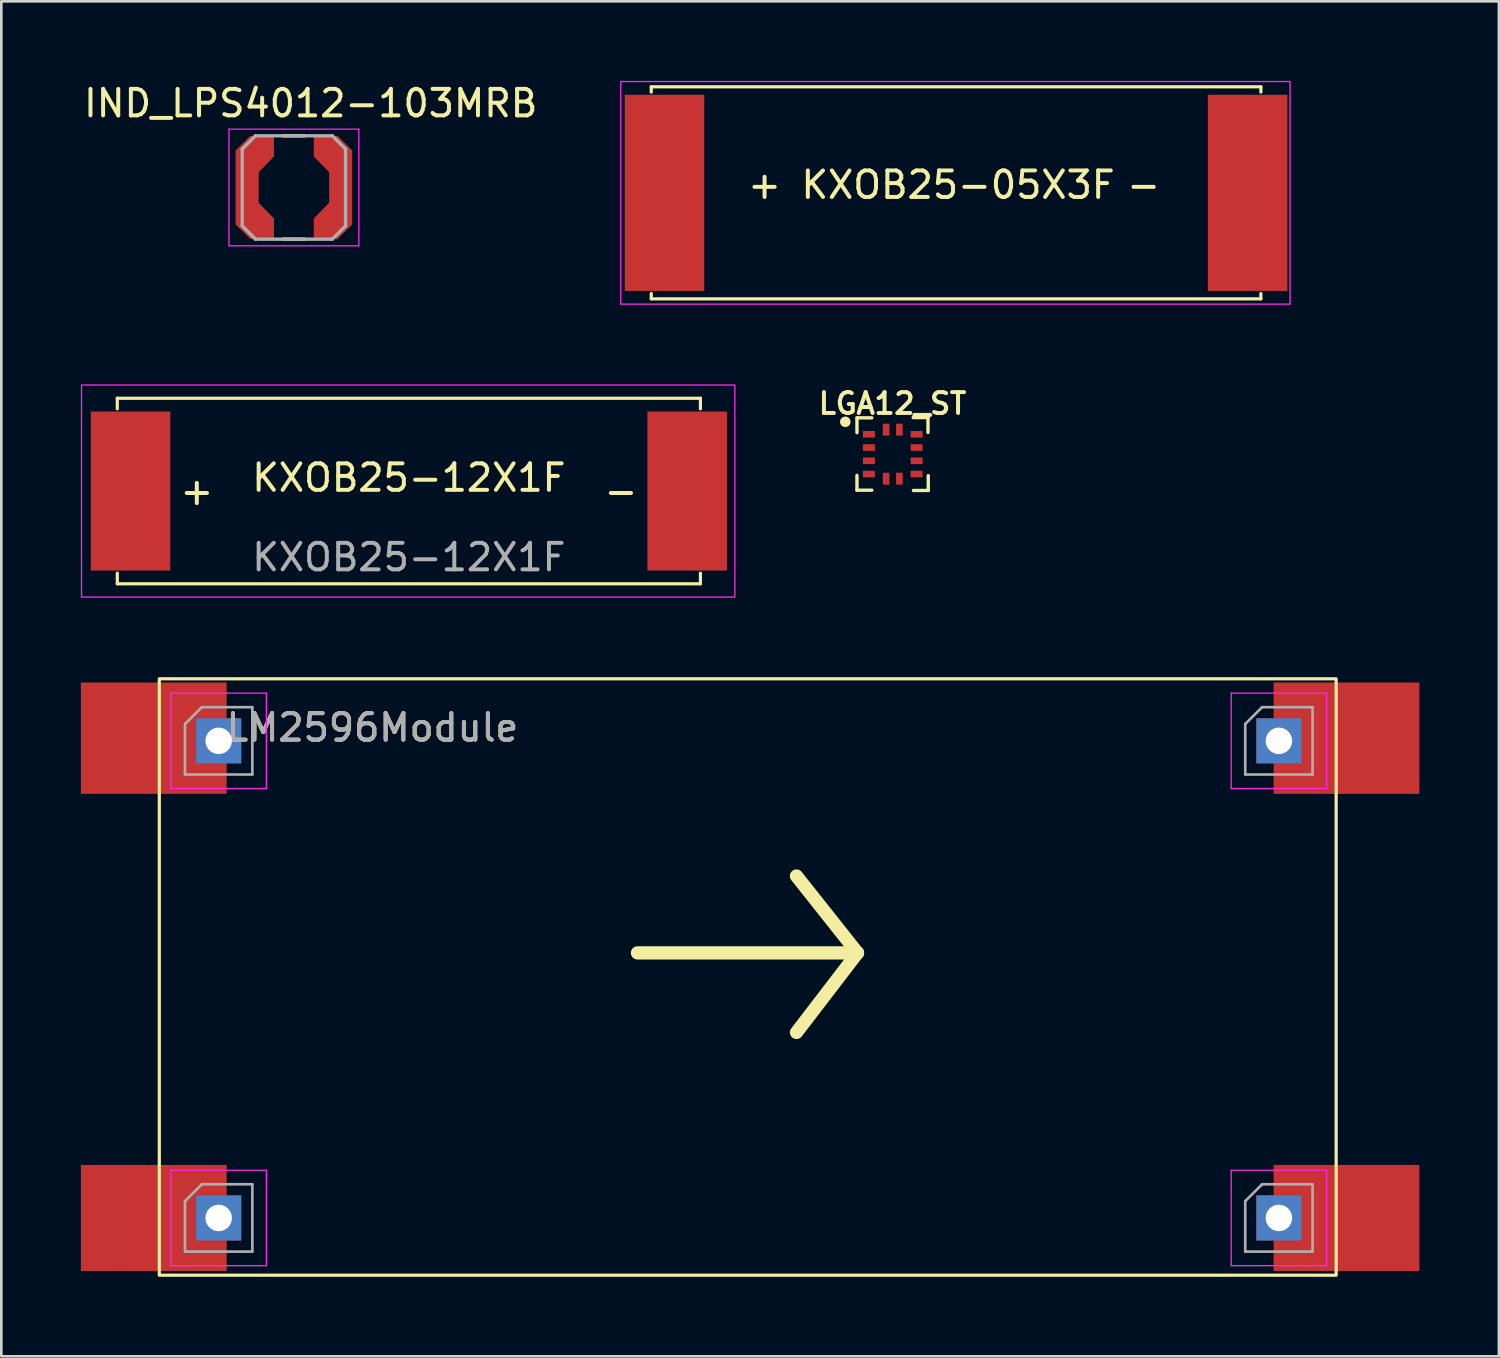
<source format=kicad_pcb>
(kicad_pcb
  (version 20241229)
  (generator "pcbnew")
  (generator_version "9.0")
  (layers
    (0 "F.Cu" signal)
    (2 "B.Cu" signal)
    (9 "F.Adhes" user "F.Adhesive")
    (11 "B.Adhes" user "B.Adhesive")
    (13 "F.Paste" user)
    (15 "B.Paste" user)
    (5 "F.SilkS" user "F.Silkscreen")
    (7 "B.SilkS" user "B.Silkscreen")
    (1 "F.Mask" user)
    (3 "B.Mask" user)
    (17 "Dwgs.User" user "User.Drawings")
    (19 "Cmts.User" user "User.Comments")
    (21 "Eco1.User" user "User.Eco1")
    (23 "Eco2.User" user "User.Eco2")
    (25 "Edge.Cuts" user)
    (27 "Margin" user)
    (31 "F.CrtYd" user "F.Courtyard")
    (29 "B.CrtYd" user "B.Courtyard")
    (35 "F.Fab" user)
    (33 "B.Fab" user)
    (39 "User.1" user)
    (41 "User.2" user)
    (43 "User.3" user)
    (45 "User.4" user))
  (footprint "LM2596Module"
    (layer "F.Cu")
    (at 25.5 32.9)
    (property "Reference" "LM2596Module" (at -14.5 -8.5 0) (unlocked yes) (layer "F.SilkS") (effects (font (size 1 1) (thickness 0.15))))
    (attr smd)
    (fp_line (start -4.5 0) (end 3.8 0) (stroke (width 0.5) (type solid)) (layer "F.SilkS"))
    (fp_line (start 1.5 3) (end 3.8 0) (stroke (width 0.5) (type solid)) (layer "F.SilkS"))
    (fp_line (start 3.8 0) (end 1.5 -2.9) (stroke (width 0.5) (type solid)) (layer "F.SilkS"))
    (fp_rect (start -22.54 -10.34) (end 21.86 12.16) (stroke (width 0.12) (type solid)) (fill no) (layer "F.SilkS"))
    (fp_line (start -22.1 -9.8) (end -22.1 -6.2) (stroke (width 0.05) (type solid)) (layer "F.CrtYd"))
    (fp_line (start -22.1 -6.2) (end -18.5 -6.2) (stroke (width 0.05) (type solid)) (layer "F.CrtYd"))
    (fp_line (start -22.1 8.2) (end -22.1 11.8) (stroke (width 0.05) (type solid)) (layer "F.CrtYd"))
    (fp_line (start -22.1 11.8) (end -18.5 11.8) (stroke (width 0.05) (type solid)) (layer "F.CrtYd"))
    (fp_line (start -18.5 -9.8) (end -22.1 -9.8) (stroke (width 0.05) (type solid)) (layer "F.CrtYd"))
    (fp_line (start -18.5 -6.2) (end -18.5 -9.8) (stroke (width 0.05) (type solid)) (layer "F.CrtYd"))
    (fp_line (start -18.5 8.2) (end -22.1 8.2) (stroke (width 0.05) (type solid)) (layer "F.CrtYd"))
    (fp_line (start -18.5 11.8) (end -18.5 8.2) (stroke (width 0.05) (type solid)) (layer "F.CrtYd"))
    (fp_line (start 17.9 -9.8) (end 17.9 -6.2) (stroke (width 0.05) (type solid)) (layer "F.CrtYd"))
    (fp_line (start 17.9 -6.2) (end 21.5 -6.2) (stroke (width 0.05) (type solid)) (layer "F.CrtYd"))
    (fp_line (start 17.9 8.2) (end 17.9 11.8) (stroke (width 0.05) (type solid)) (layer "F.CrtYd"))
    (fp_line (start 17.9 11.8) (end 21.5 11.8) (stroke (width 0.05) (type solid)) (layer "F.CrtYd"))
    (fp_line (start 21.5 -9.8) (end 17.9 -9.8) (stroke (width 0.05) (type solid)) (layer "F.CrtYd"))
    (fp_line (start 21.5 -6.2) (end 21.5 -9.8) (stroke (width 0.05) (type solid)) (layer "F.CrtYd"))
    (fp_line (start 21.5 8.2) (end 17.9 8.2) (stroke (width 0.05) (type solid)) (layer "F.CrtYd"))
    (fp_line (start 21.5 11.8) (end 21.5 8.2) (stroke (width 0.05) (type solid)) (layer "F.CrtYd"))
    (fp_line (start -21.57 -8.635) (end -20.935 -9.27) (stroke (width 0.1) (type solid)) (layer "F.Fab"))
    (fp_line (start -21.57 -6.73) (end -21.57 -8.635) (stroke (width 0.1) (type solid)) (layer "F.Fab"))
    (fp_line (start -21.57 9.365) (end -20.935 8.73) (stroke (width 0.1) (type solid)) (layer "F.Fab"))
    (fp_line (start -21.57 11.27) (end -21.57 9.365) (stroke (width 0.1) (type solid)) (layer "F.Fab"))
    (fp_line (start -20.935 -9.27) (end -19.03 -9.27) (stroke (width 0.1) (type solid)) (layer "F.Fab"))
    (fp_line (start -20.935 8.73) (end -19.03 8.73) (stroke (width 0.1) (type solid)) (layer "F.Fab"))
    (fp_line (start -19.03 -9.27) (end -19.03 -6.73) (stroke (width 0.1) (type solid)) (layer "F.Fab"))
    (fp_line (start -19.03 -6.73) (end -21.57 -6.73) (stroke (width 0.1) (type solid)) (layer "F.Fab"))
    (fp_line (start -19.03 8.73) (end -19.03 11.27) (stroke (width 0.1) (type solid)) (layer "F.Fab"))
    (fp_line (start -19.03 11.27) (end -21.57 11.27) (stroke (width 0.1) (type solid)) (layer "F.Fab"))
    (fp_line (start 18.43 -8.635) (end 19.065 -9.27) (stroke (width 0.1) (type solid)) (layer "F.Fab"))
    (fp_line (start 18.43 -6.73) (end 18.43 -8.635) (stroke (width 0.1) (type solid)) (layer "F.Fab"))
    (fp_line (start 18.43 9.365) (end 19.065 8.73) (stroke (width 0.1) (type solid)) (layer "F.Fab"))
    (fp_line (start 18.43 11.27) (end 18.43 9.365) (stroke (width 0.1) (type solid)) (layer "F.Fab"))
    (fp_line (start 19.065 -9.27) (end 20.97 -9.27) (stroke (width 0.1) (type solid)) (layer "F.Fab"))
    (fp_line (start 19.065 8.73) (end 20.97 8.73) (stroke (width 0.1) (type solid)) (layer "F.Fab"))
    (fp_line (start 20.97 -9.27) (end 20.97 -6.73) (stroke (width 0.1) (type solid)) (layer "F.Fab"))
    (fp_line (start 20.97 -6.73) (end 18.43 -6.73) (stroke (width 0.1) (type solid)) (layer "F.Fab"))
    (fp_line (start 20.97 8.73) (end 20.97 11.27) (stroke (width 0.1) (type solid)) (layer "F.Fab"))
    (fp_line (start 20.97 11.27) (end 18.43 11.27) (stroke (width 0.1) (type solid)) (layer "F.Fab"))
    (fp_text user "${REFERENCE}" (at -14.5 -8.5 0) (unlocked yes) (layer "F.Fab") (effects (font (size 1 1) (thickness 0.15))))
    (pad "1" smd rect (at -22.75 -8.1) (size 5.5 4.2) (layers "F.Cu" "F.Mask" "F.Paste"))
    (pad "1" thru_hole rect (at -20.3 -8) (size 1.7 1.7) (drill 1) (layers "*.Cu" "*.Mask"))
    (pad "2" smd rect (at -22.75 10) (size 5.5 4) (layers "F.Cu" "F.Mask" "F.Paste"))
    (pad "2" thru_hole rect (at -20.3 10) (size 1.7 1.7) (drill 1) (layers "*.Cu" "*.Mask"))
    (pad "3" thru_hole rect (at 19.7 10) (size 1.7 1.7) (drill 1) (layers "*.Cu" "*.Mask"))
    (pad "3" smd rect (at 22.25 10 180) (size 5.5 4) (layers "F.Cu" "F.Mask" "F.Paste"))
    (pad "4" thru_hole rect (at 19.7 -8) (size 1.7 1.7) (drill 1) (layers "*.Cu" "*.Mask"))
    (pad "4" smd rect (at 22.25 -8.1) (size 5.5 4.2) (layers "F.Cu" "F.Mask" "F.Paste")))
  (footprint "IND_LPS4012-103MRB"
    (layer "F.Cu")
    (at 8.038 4.023)
    (property "Reference" "IND_LPS4012-103MRB" (at 0.635 -3.175 0) (layer "F.SilkS") (effects (font (size 1 1) (thickness 0.15))))
    (attr smd)
    (fp_poly (pts (xy 0.65 -2.05) (xy 1.7 -2.05) (xy 2.3 -1.45) (xy 2.3 1.45) (xy 1.7 2.05) (xy 0.65 2.05) (xy 0.65 1.1) (xy 1.2 0.55) (xy 1.2 -0.55) (xy 0.65 -1.1)) (stroke (width 0.0001) (type solid)) (fill yes) (layer "F.Mask"))
    (fp_poly (pts (xy -0.65 -2.05) (xy -1.65 -2.05) (xy -1.7 -2.05) (xy -2.3 -1.45) (xy -2.3 1.45) (xy -1.7 2.05) (xy -0.65 2.05) (xy -0.65 1.1) (xy -1.2 0.55) (xy -1.2 -0.55) (xy -0.65 -1.1)) (stroke (width 0.0001) (type solid)) (fill yes) (layer "F.Mask"))
    (fp_line (start -0.4 -1.95) (end 0.4 -1.95) (stroke (width 0.127) (type solid)) (layer "F.SilkS"))
    (fp_line (start -0.4 1.95) (end 0.4 1.95) (stroke (width 0.127) (type solid)) (layer "F.SilkS"))
    (fp_poly (pts (xy -2.2 -1.395) (xy -1.65 -1.945) (xy -0.75 -1.945) (xy -0.75 -1.155) (xy -1.33 -0.575) (xy -1.33 0.59) (xy -0.75 1.17) (xy -0.75 1.945) (xy -1.65 1.945) (xy -2.2 1.395)) (stroke (width 0.0001) (type solid)) (fill yes) (layer "F.Paste"))
    (fp_poly (pts (xy 2.2 -1.395) (xy 1.65 -1.945) (xy 0.75 -1.945) (xy 0.75 -1.155) (xy 1.33 -0.575) (xy 1.33 0.59) (xy 0.75 1.17) (xy 0.75 1.945) (xy 1.65 1.945) (xy 2.2 1.395)) (stroke (width 0.0001) (type solid)) (fill yes) (layer "F.Paste"))
    (fp_line (start -2.45 -2.2) (end 2.45 -2.2) (stroke (width 0.05) (type solid)) (layer "F.CrtYd"))
    (fp_line (start -2.45 2.2) (end -2.45 -2.2) (stroke (width 0.05) (type solid)) (layer "F.CrtYd"))
    (fp_line (start 2.45 -2.2) (end 2.45 2.2) (stroke (width 0.05) (type solid)) (layer "F.CrtYd"))
    (fp_line (start 2.45 2.2) (end -2.45 2.2) (stroke (width 0.05) (type solid)) (layer "F.CrtYd"))
    (fp_line (start -1.95 -1.45) (end -1.95 1.45) (stroke (width 0.127) (type solid)) (layer "F.Fab"))
    (fp_line (start -1.95 -1.45) (end -1.45 -1.95) (stroke (width 0.127) (type solid)) (layer "F.Fab"))
    (fp_line (start -1.45 -1.95) (end 1.45 -1.95) (stroke (width 0.127) (type solid)) (layer "F.Fab"))
    (fp_line (start -1.45 1.95) (end -1.95 1.45) (stroke (width 0.127) (type solid)) (layer "F.Fab"))
    (fp_line (start -1.45 1.95) (end 1.45 1.95) (stroke (width 0.127) (type solid)) (layer "F.Fab"))
    (fp_line (start 1.45 -1.95) (end 1.95 -1.45) (stroke (width 0.127) (type solid)) (layer "F.Fab"))
    (fp_line (start 1.45 1.95) (end 1.95 1.45) (stroke (width 0.127) (type solid)) (layer "F.Fab"))
    (fp_line (start 1.95 -1.45) (end 1.95 1.45) (stroke (width 0.127) (type solid)) (layer "F.Fab"))
    (pad "1" smd custom (at -1.765 0) (size 0.87 1.15) (layers "F.Cu") (options (anchor rect)) (primitives (gr_poly (pts (xy -0.435 -1.395) (xy 0.115 -1.945) (xy 1.015 -1.945) (xy 1.015 -1.17) (xy 0.435 -0.575) (xy 0.435 0.575) (xy 1.015 1.17) (xy 1.015 1.945) (xy 0.125 1.945) (xy -0.435 1.395)) (width 0.0001) (fill yes))))
    (pad "2" smd custom (at 1.765 0) (size 0.87 1.15) (layers "F.Cu") (options (anchor rect)) (primitives (gr_poly (pts (xy 0.435 -1.395) (xy -0.115 -1.945) (xy -1.015 -1.945) (xy -1.015 -1.17) (xy -0.435 -0.575) (xy -0.435 0.575) (xy -1.015 1.17) (xy -1.015 1.945) (xy -0.125 1.945) (xy 0.435 1.395)) (width 0.0001) (fill yes)))))
  (footprint "KXOB25-12X1F"
    (layer "F.Cu")
    (at 12.375 15.475)
    (property "Reference" "KXOB25-12X1F" (at 0 -0.5 0) (unlocked yes) (layer "F.SilkS") (effects (font (size 1 1) (thickness 0.15))))
    (attr smd)
    (fp_line (start -11 -3.5) (end 11 -3.5) (stroke (width 0.12) (type solid)) (layer "F.SilkS"))
    (fp_line (start -11 -3.1) (end -11 -3.5) (stroke (width 0.12) (type solid)) (layer "F.SilkS"))
    (fp_line (start -11 3.1) (end -11 3.5) (stroke (width 0.12) (type solid)) (layer "F.SilkS"))
    (fp_line (start -11 3.5) (end 11 3.5) (stroke (width 0.12) (type solid)) (layer "F.SilkS"))
    (fp_line (start 11 -3.5) (end 11 -3.1) (stroke (width 0.12) (type solid)) (layer "F.SilkS"))
    (fp_line (start 11 3.5) (end 11 3.1) (stroke (width 0.12) (type solid)) (layer "F.SilkS"))
    (fp_rect (start -12.35 -4) (end 12.3 4) (stroke (width 0.05) (type solid)) (fill no) (layer "F.CrtYd"))
    (fp_text user "+" (at -8 0 0) (unlocked yes) (layer "F.SilkS") (effects (font (size 1 1) (thickness 0.15))))
    (fp_text user "-" (at 8 0 0) (unlocked yes) (layer "F.SilkS") (effects (font (size 1 1) (thickness 0.15))))
    (fp_text user "${REFERENCE}" (at 0 2.5 0) (unlocked yes) (layer "F.Fab") (effects (font (size 1 1) (thickness 0.15))))
    (pad "1" smd rect (at -10.5 0) (size 3 6) (layers "F.Cu" "F.Mask" "F.Paste"))
    (pad "2" smd rect (at 10.5 0) (size 3 6) (layers "F.Cu" "F.Mask" "F.Paste")))
  (footprint "KXOB25-05X3F"
    (layer "F.Cu")
    (at 32.995 3.925)
    (property "Reference" "KXOB25-05X3F" (at 0.1 0 0) (unlocked yes) (layer "F.SilkS") (effects (font (size 1 1) (thickness 0.15))))
    (attr smd)
    (fp_line (start -11.475 -3.7) (end -11.475 -3.5) (stroke (width 0.12) (type solid)) (layer "F.SilkS"))
    (fp_line (start -11.475 -3.7) (end 11.525 -3.7) (stroke (width 0.12) (type solid)) (layer "F.SilkS"))
    (fp_line (start -11.475 4.3) (end -11.475 4.1) (stroke (width 0.12) (type solid)) (layer "F.SilkS"))
    (fp_line (start 11.525 -3.7) (end 11.525 -3.5) (stroke (width 0.12) (type solid)) (layer "F.SilkS"))
    (fp_line (start 11.525 4.3) (end -11.475 4.3) (stroke (width 0.12) (type solid)) (layer "F.SilkS"))
    (fp_line (start 11.525 4.3) (end 11.525 4.1) (stroke (width 0.12) (type solid)) (layer "F.SilkS"))
    (fp_rect (start -12.625 -3.9) (end 12.625 4.5) (stroke (width 0.05) (type solid)) (fill no) (layer "F.CrtYd"))
    (fp_text user "-" (at 7.1 0 0) (unlocked yes) (layer "F.SilkS") (effects (font (size 1 1) (thickness 0.15))))
    (fp_text user "+" (at -7.2 0 0) (unlocked yes) (layer "F.SilkS") (effects (font (size 1 1) (thickness 0.15))))
    (pad "1" smd rect (at -10.975 0.3) (size 3 7.4) (layers "F.Cu" "F.Mask" "F.Paste"))
    (pad "2" smd rect (at 11.025 0.3) (size 3 7.4) (layers "F.Cu" "F.Mask" "F.Paste")))
  (footprint "LGA12_ST"
    (layer "F.Cu")
    (at 30.631 14.084)
    (property "Reference" "LGA12_ST" (at -0.01 -1.91 0) (layer "F.SilkS") (effects (font (size 0.787 0.787) (thickness 0.15))))
    (attr through_hole)
    (fp_line (start -1.35 -1.37) (end -1.35 -0.81) (stroke (width 0.127) (type solid)) (layer "F.SilkS"))
    (fp_line (start -1.35 0.8) (end -1.35 1.36) (stroke (width 0.127) (type solid)) (layer "F.SilkS"))
    (fp_line (start -0.79 -1.37) (end -1.35 -1.37) (stroke (width 0.127) (type solid)) (layer "F.SilkS"))
    (fp_line (start -0.79 1.36) (end -1.35 1.36) (stroke (width 0.127) (type solid)) (layer "F.SilkS"))
    (fp_line (start 1.33 -1.38) (end 0.77 -1.38) (stroke (width 0.127) (type solid)) (layer "F.SilkS"))
    (fp_line (start 1.33 -1.38) (end 1.33 -0.82) (stroke (width 0.127) (type solid)) (layer "F.SilkS"))
    (fp_line (start 1.34 1.37) (end 0.78 1.37) (stroke (width 0.127) (type solid)) (layer "F.SilkS"))
    (fp_line (start 1.34 1.37) (end 1.34 0.81) (stroke (width 0.127) (type solid)) (layer "F.SilkS"))
    (fp_circle (center -1.79 -1.22) (end -1.69 -1.22) (stroke (width 0.2) (type solid)) (fill no) (layer "F.SilkS"))
    (pad "1" smd rect (at -0.9 -0.75 180) (size 0.45 0.25) (layers "F.Cu" "F.Mask" "F.Paste"))
    (pad "2" smd rect (at -0.9 -0.25 180) (size 0.45 0.25) (layers "F.Cu" "F.Mask" "F.Paste"))
    (pad "3" smd rect (at -0.9 0.25 180) (size 0.45 0.25) (layers "F.Cu" "F.Mask" "F.Paste"))
    (pad "4" smd rect (at -0.9 0.75 180) (size 0.45 0.25) (layers "F.Cu" "F.Mask" "F.Paste"))
    (pad "5" smd rect (at -0.25 0.925 90) (size 0.45 0.25) (layers "F.Cu" "F.Mask" "F.Paste"))
    (pad "6" smd rect (at 0.25 0.925 90) (size 0.45 0.25) (layers "F.Cu" "F.Mask" "F.Paste"))
    (pad "7" smd rect (at 0.9 0.75 180) (size 0.45 0.25) (layers "F.Cu" "F.Mask" "F.Paste"))
    (pad "8" smd rect (at 0.9 0.25 180) (size 0.45 0.25) (layers "F.Cu" "F.Mask" "F.Paste"))
    (pad "9" smd rect (at 0.9 -0.25 180) (size 0.45 0.25) (layers "F.Cu" "F.Mask" "F.Paste"))
    (pad "10" smd rect (at 0.9 -0.75 180) (size 0.45 0.25) (layers "F.Cu" "F.Mask" "F.Paste"))
    (pad "11" smd rect (at 0.25 -0.925 270) (size 0.45 0.25) (layers "F.Cu" "F.Mask" "F.Paste"))
    (pad "12" smd rect (at -0.25 -0.925 90) (size 0.45 0.25) (layers "F.Cu" "F.Mask" "F.Paste")))
  (gr_rect
    (start -3 -3)
    (end 53.5 48.12)
    (stroke (width 0.1) (type default))
    (fill no)
    (layer "Edge.Cuts")))
</source>
